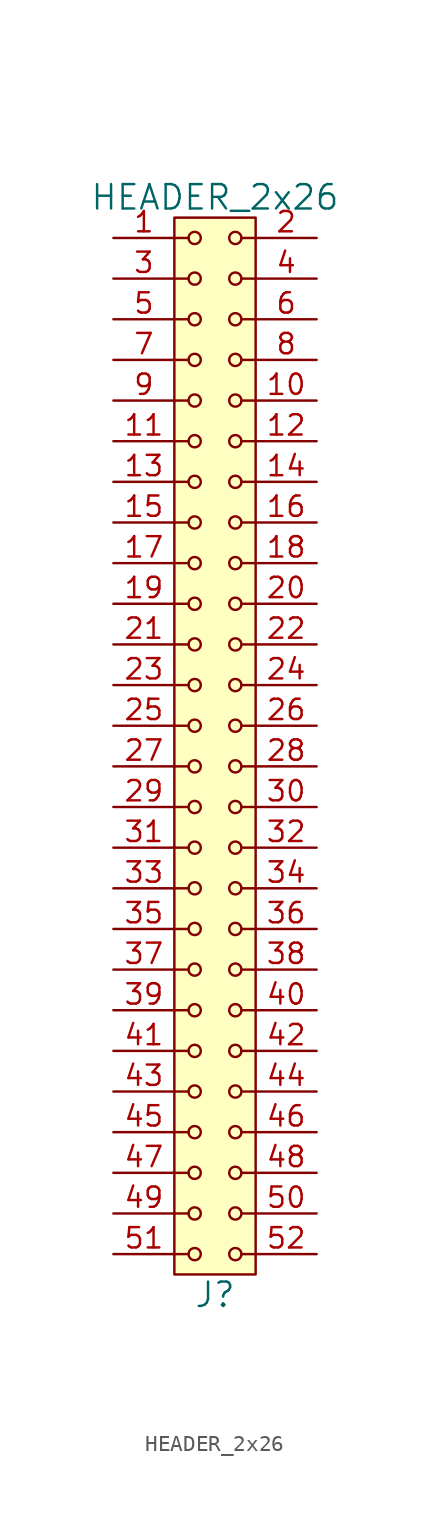
<source format=kicad_sym>
(kicad_symbol_lib
  (version 20211014)
  (generator kicad_symbol_editor)
  (symbol "HEADER_2x26"
    (pin_names
      (offset 1.016))
    (property "Reference" "J"
      (at 0 -34.29 0)
      (effects (font (size 1.524 1.524))))
    (property "Value" "HEADER_2x26"
      (at 0 34.29 0)
      (effects (font (size 1.524 1.524))))
    (property "Footprint" ""
      (at 0 31.75 0)
      (effects (font (size 1.524 1.524))))
    (property "Datasheet" ""
      (at 0 31.75 0)
      (effects (font (size 1.524 1.524))))
    (symbol "HEADER_2x26_0_1"
      (rectangle (start -2.54 33.02) (end 2.54 -33.02) (stroke (width 0) (type default) (color 0 0 0 0)) (fill (type background)))
      (circle (center -1.27 -31.75) (radius 0.381) (stroke (width 0) (type default) (color 0 0 0 0)) (fill (type none)))
      (circle (center -1.27 -29.21) (radius 0.381) (stroke (width 0) (type default) (color 0 0 0 0)) (fill (type none)))
      (circle (center -1.27 -26.67) (radius 0.381) (stroke (width 0) (type default) (color 0 0 0 0)) (fill (type none)))
      (circle (center -1.27 -24.13) (radius 0.381) (stroke (width 0) (type default) (color 0 0 0 0)) (fill (type none)))
      (circle (center -1.27 -21.59) (radius 0.381) (stroke (width 0) (type default) (color 0 0 0 0)) (fill (type none)))
      (circle (center -1.27 -19.05) (radius 0.381) (stroke (width 0) (type default) (color 0 0 0 0)) (fill (type none)))
      (circle (center -1.27 -16.51) (radius 0.381) (stroke (width 0) (type default) (color 0 0 0 0)) (fill (type none)))
      (circle (center -1.27 -13.97) (radius 0.381) (stroke (width 0) (type default) (color 0 0 0 0)) (fill (type none)))
      (circle (center -1.27 -11.43) (radius 0.381) (stroke (width 0) (type default) (color 0 0 0 0)) (fill (type none)))
      (circle (center -1.27 -8.89) (radius 0.381) (stroke (width 0) (type default) (color 0 0 0 0)) (fill (type none)))
      (circle (center -1.27 -6.35) (radius 0.381) (stroke (width 0) (type default) (color 0 0 0 0)) (fill (type none)))
      (circle (center -1.27 -3.81) (radius 0.381) (stroke (width 0) (type default) (color 0 0 0 0)) (fill (type none)))
      (circle (center -1.27 -1.27) (radius 0.381) (stroke (width 0) (type default) (color 0 0 0 0)) (fill (type none)))
      (circle (center -1.27 1.27) (radius 0.381) (stroke (width 0) (type default) (color 0 0 0 0)) (fill (type none)))
      (circle (center -1.27 3.81) (radius 0.381) (stroke (width 0) (type default) (color 0 0 0 0)) (fill (type none)))
      (circle (center -1.27 6.35) (radius 0.381) (stroke (width 0) (type default) (color 0 0 0 0)) (fill (type none)))
      (circle (center -1.27 8.89) (radius 0.381) (stroke (width 0) (type default) (color 0 0 0 0)) (fill (type none)))
      (circle (center -1.27 11.43) (radius 0.381) (stroke (width 0) (type default) (color 0 0 0 0)) (fill (type none)))
      (circle (center -1.27 13.97) (radius 0.381) (stroke (width 0) (type default) (color 0 0 0 0)) (fill (type none)))
      (circle (center -1.27 16.51) (radius 0.381) (stroke (width 0) (type default) (color 0 0 0 0)) (fill (type none)))
      (circle (center -1.27 19.05) (radius 0.381) (stroke (width 0) (type default) (color 0 0 0 0)) (fill (type none)))
      (circle (center -1.27 21.59) (radius 0.381) (stroke (width 0) (type default) (color 0 0 0 0)) (fill (type none)))
      (circle (center -1.27 24.13) (radius 0.381) (stroke (width 0) (type default) (color 0 0 0 0)) (fill (type none)))
      (circle (center -1.27 26.67) (radius 0.381) (stroke (width 0) (type default) (color 0 0 0 0)) (fill (type none)))
      (circle (center -1.27 29.21) (radius 0.381) (stroke (width 0) (type default) (color 0 0 0 0)) (fill (type none)))
      (circle (center -1.27 31.75) (radius 0.381) (stroke (width 0) (type default) (color 0 0 0 0)) (fill (type none)))
      (polyline (pts (xy -1.651 -31.75) (xy -2.54 -31.75)) (stroke (width 0) (type default) (color 0 0 0 0)) (fill (type none)))
      (polyline (pts (xy -1.651 -29.21) (xy -2.54 -29.21)) (stroke (width 0) (type default) (color 0 0 0 0)) (fill (type none)))
      (polyline (pts (xy -1.651 -26.67) (xy -2.54 -26.67)) (stroke (width 0) (type default) (color 0 0 0 0)) (fill (type none)))
      (polyline (pts (xy -1.651 -24.13) (xy -2.54 -24.13)) (stroke (width 0) (type default) (color 0 0 0 0)) (fill (type none)))
      (polyline (pts (xy -1.651 -21.59) (xy -2.54 -21.59)) (stroke (width 0) (type default) (color 0 0 0 0)) (fill (type none)))
      (polyline (pts (xy -1.651 -19.05) (xy -2.54 -19.05)) (stroke (width 0) (type default) (color 0 0 0 0)) (fill (type none)))
      (polyline (pts (xy -1.651 -16.51) (xy -2.54 -16.51)) (stroke (width 0) (type default) (color 0 0 0 0)) (fill (type none)))
      (polyline (pts (xy -1.651 -13.97) (xy -2.54 -13.97)) (stroke (width 0) (type default) (color 0 0 0 0)) (fill (type none)))
      (polyline (pts (xy -1.651 -11.43) (xy -2.54 -11.43)) (stroke (width 0) (type default) (color 0 0 0 0)) (fill (type none)))
      (polyline (pts (xy -1.651 -8.89) (xy -2.54 -8.89)) (stroke (width 0) (type default) (color 0 0 0 0)) (fill (type none)))
      (polyline (pts (xy -1.651 -6.35) (xy -2.54 -6.35)) (stroke (width 0) (type default) (color 0 0 0 0)) (fill (type none)))
      (polyline (pts (xy -1.651 -3.81) (xy -2.54 -3.81)) (stroke (width 0) (type default) (color 0 0 0 0)) (fill (type none)))
      (polyline (pts (xy -1.651 -1.27) (xy -2.54 -1.27)) (stroke (width 0) (type default) (color 0 0 0 0)) (fill (type none)))
      (polyline (pts (xy -1.651 1.27) (xy -2.54 1.27)) (stroke (width 0) (type default) (color 0 0 0 0)) (fill (type none)))
      (polyline (pts (xy -1.651 3.81) (xy -2.54 3.81)) (stroke (width 0) (type default) (color 0 0 0 0)) (fill (type none)))
      (polyline (pts (xy -1.651 6.35) (xy -2.54 6.35)) (stroke (width 0) (type default) (color 0 0 0 0)) (fill (type none)))
      (polyline (pts (xy -1.651 8.89) (xy -2.54 8.89)) (stroke (width 0) (type default) (color 0 0 0 0)) (fill (type none)))
      (polyline (pts (xy -1.651 11.43) (xy -2.54 11.43)) (stroke (width 0) (type default) (color 0 0 0 0)) (fill (type none)))
      (polyline (pts (xy -1.651 13.97) (xy -2.54 13.97)) (stroke (width 0) (type default) (color 0 0 0 0)) (fill (type none)))
      (polyline (pts (xy -1.651 16.51) (xy -2.54 16.51)) (stroke (width 0) (type default) (color 0 0 0 0)) (fill (type none)))
      (polyline (pts (xy -1.651 19.05) (xy -2.54 19.05)) (stroke (width 0) (type default) (color 0 0 0 0)) (fill (type none)))
      (polyline (pts (xy -1.651 21.59) (xy -2.54 21.59)) (stroke (width 0) (type default) (color 0 0 0 0)) (fill (type none)))
      (polyline (pts (xy -1.651 24.13) (xy -2.54 24.13)) (stroke (width 0) (type default) (color 0 0 0 0)) (fill (type none)))
      (polyline (pts (xy -1.651 26.67) (xy -2.54 26.67)) (stroke (width 0) (type default) (color 0 0 0 0)) (fill (type none)))
      (polyline (pts (xy -1.651 29.21) (xy -2.54 29.21)) (stroke (width 0) (type default) (color 0 0 0 0)) (fill (type none)))
      (polyline (pts (xy -1.651 31.75) (xy -2.54 31.75)) (stroke (width 0) (type default) (color 0 0 0 0)) (fill (type none)))
      (polyline (pts (xy 1.651 -31.75) (xy 2.54 -31.75)) (stroke (width 0) (type default) (color 0 0 0 0)) (fill (type none)))
      (polyline (pts (xy 1.651 -29.21) (xy 2.54 -29.21)) (stroke (width 0) (type default) (color 0 0 0 0)) (fill (type none)))
      (polyline (pts (xy 1.651 -26.67) (xy 2.54 -26.67)) (stroke (width 0) (type default) (color 0 0 0 0)) (fill (type none)))
      (polyline (pts (xy 1.651 -24.13) (xy 2.54 -24.13)) (stroke (width 0) (type default) (color 0 0 0 0)) (fill (type none)))
      (polyline (pts (xy 1.651 -21.59) (xy 2.54 -21.59)) (stroke (width 0) (type default) (color 0 0 0 0)) (fill (type none)))
      (polyline (pts (xy 1.651 -19.05) (xy 2.54 -19.05)) (stroke (width 0) (type default) (color 0 0 0 0)) (fill (type none)))
      (polyline (pts (xy 1.651 -16.51) (xy 2.54 -16.51)) (stroke (width 0) (type default) (color 0 0 0 0)) (fill (type none)))
      (polyline (pts (xy 1.651 -13.97) (xy 2.54 -13.97)) (stroke (width 0) (type default) (color 0 0 0 0)) (fill (type none)))
      (polyline (pts (xy 1.651 -11.43) (xy 2.54 -11.43)) (stroke (width 0) (type default) (color 0 0 0 0)) (fill (type none)))
      (polyline (pts (xy 1.651 -8.89) (xy 2.54 -8.89)) (stroke (width 0) (type default) (color 0 0 0 0)) (fill (type none)))
      (polyline (pts (xy 1.651 -6.35) (xy 2.54 -6.35)) (stroke (width 0) (type default) (color 0 0 0 0)) (fill (type none)))
      (polyline (pts (xy 1.651 -3.81) (xy 2.54 -3.81)) (stroke (width 0) (type default) (color 0 0 0 0)) (fill (type none)))
      (polyline (pts (xy 1.651 -1.27) (xy 2.54 -1.27)) (stroke (width 0) (type default) (color 0 0 0 0)) (fill (type none)))
      (polyline (pts (xy 1.651 1.27) (xy 2.54 1.27)) (stroke (width 0) (type default) (color 0 0 0 0)) (fill (type none)))
      (polyline (pts (xy 1.651 3.81) (xy 2.54 3.81)) (stroke (width 0) (type default) (color 0 0 0 0)) (fill (type none)))
      (polyline (pts (xy 1.651 6.35) (xy 2.54 6.35)) (stroke (width 0) (type default) (color 0 0 0 0)) (fill (type none)))
      (polyline (pts (xy 1.651 8.89) (xy 2.54 8.89)) (stroke (width 0) (type default) (color 0 0 0 0)) (fill (type none)))
      (polyline (pts (xy 1.651 11.43) (xy 2.54 11.43)) (stroke (width 0) (type default) (color 0 0 0 0)) (fill (type none)))
      (polyline (pts (xy 1.651 13.97) (xy 2.54 13.97)) (stroke (width 0) (type default) (color 0 0 0 0)) (fill (type none)))
      (polyline (pts (xy 1.651 16.51) (xy 2.54 16.51)) (stroke (width 0) (type default) (color 0 0 0 0)) (fill (type none)))
      (polyline (pts (xy 1.651 19.05) (xy 2.54 19.05)) (stroke (width 0) (type default) (color 0 0 0 0)) (fill (type none)))
      (polyline (pts (xy 1.651 21.59) (xy 2.54 21.59)) (stroke (width 0) (type default) (color 0 0 0 0)) (fill (type none)))
      (polyline (pts (xy 1.651 24.13) (xy 2.54 24.13)) (stroke (width 0) (type default) (color 0 0 0 0)) (fill (type none)))
      (polyline (pts (xy 1.651 26.67) (xy 2.54 26.67)) (stroke (width 0) (type default) (color 0 0 0 0)) (fill (type none)))
      (polyline (pts (xy 1.651 29.21) (xy 2.54 29.21)) (stroke (width 0) (type default) (color 0 0 0 0)) (fill (type none)))
      (polyline (pts (xy 1.651 31.75) (xy 2.54 31.75)) (stroke (width 0) (type default) (color 0 0 0 0)) (fill (type none)))
      (circle (center 1.27 -31.75) (radius 0.381) (stroke (width 0) (type default) (color 0 0 0 0)) (fill (type none)))
      (circle (center 1.27 -29.21) (radius 0.381) (stroke (width 0) (type default) (color 0 0 0 0)) (fill (type none)))
      (circle (center 1.27 -26.67) (radius 0.381) (stroke (width 0) (type default) (color 0 0 0 0)) (fill (type none)))
      (circle (center 1.27 -24.13) (radius 0.381) (stroke (width 0) (type default) (color 0 0 0 0)) (fill (type none)))
      (circle (center 1.27 -21.59) (radius 0.381) (stroke (width 0) (type default) (color 0 0 0 0)) (fill (type none)))
      (circle (center 1.27 -19.05) (radius 0.381) (stroke (width 0) (type default) (color 0 0 0 0)) (fill (type none)))
      (circle (center 1.27 -16.51) (radius 0.381) (stroke (width 0) (type default) (color 0 0 0 0)) (fill (type none)))
      (circle (center 1.27 -13.97) (radius 0.381) (stroke (width 0) (type default) (color 0 0 0 0)) (fill (type none)))
      (circle (center 1.27 -11.43) (radius 0.381) (stroke (width 0) (type default) (color 0 0 0 0)) (fill (type none)))
      (circle (center 1.27 -8.89) (radius 0.381) (stroke (width 0) (type default) (color 0 0 0 0)) (fill (type none)))
      (circle (center 1.27 -6.35) (radius 0.381) (stroke (width 0) (type default) (color 0 0 0 0)) (fill (type none)))
      (circle (center 1.27 -3.81) (radius 0.381) (stroke (width 0) (type default) (color 0 0 0 0)) (fill (type none)))
      (circle (center 1.27 -1.27) (radius 0.381) (stroke (width 0) (type default) (color 0 0 0 0)) (fill (type none)))
      (circle (center 1.27 1.27) (radius 0.381) (stroke (width 0) (type default) (color 0 0 0 0)) (fill (type none)))
      (circle (center 1.27 3.81) (radius 0.381) (stroke (width 0) (type default) (color 0 0 0 0)) (fill (type none)))
      (circle (center 1.27 6.35) (radius 0.381) (stroke (width 0) (type default) (color 0 0 0 0)) (fill (type none)))
      (circle (center 1.27 8.89) (radius 0.381) (stroke (width 0) (type default) (color 0 0 0 0)) (fill (type none)))
      (circle (center 1.27 11.43) (radius 0.381) (stroke (width 0) (type default) (color 0 0 0 0)) (fill (type none)))
      (circle (center 1.27 13.97) (radius 0.381) (stroke (width 0) (type default) (color 0 0 0 0)) (fill (type none)))
      (circle (center 1.27 16.51) (radius 0.381) (stroke (width 0) (type default) (color 0 0 0 0)) (fill (type none)))
      (circle (center 1.27 19.05) (radius 0.381) (stroke (width 0) (type default) (color 0 0 0 0)) (fill (type none)))
      (circle (center 1.27 21.59) (radius 0.381) (stroke (width 0) (type default) (color 0 0 0 0)) (fill (type none)))
      (circle (center 1.27 24.13) (radius 0.381) (stroke (width 0) (type default) (color 0 0 0 0)) (fill (type none)))
      (circle (center 1.27 26.67) (radius 0.381) (stroke (width 0) (type default) (color 0 0 0 0)) (fill (type none)))
      (circle (center 1.27 29.21) (radius 0.381) (stroke (width 0) (type default) (color 0 0 0 0)) (fill (type none)))
      (circle (center 1.27 31.75) (radius 0.381) (stroke (width 0) (type default) (color 0 0 0 0)) (fill (type none))))
    (symbol "HEADER_2x26_1_1"
      (pin input line (at -6.35 31.75 0) (length 3.81) (name "~" (effects (font (size 1.27 1.27)))) (number "1" (effects (font (size 1.27 1.27)))))
      (pin input line (at 6.35 21.59 180) (length 3.81) (name "~" (effects (font (size 1.27 1.27)))) (number "10" (effects (font (size 1.27 1.27)))))
      (pin input line (at -6.35 19.05 0) (length 3.81) (name "~" (effects (font (size 1.27 1.27)))) (number "11" (effects (font (size 1.27 1.27)))))
      (pin input line (at 6.35 19.05 180) (length 3.81) (name "~" (effects (font (size 1.27 1.27)))) (number "12" (effects (font (size 1.27 1.27)))))
      (pin input line (at -6.35 16.51 0) (length 3.81) (name "~" (effects (font (size 1.27 1.27)))) (number "13" (effects (font (size 1.27 1.27)))))
      (pin input line (at 6.35 16.51 180) (length 3.81) (name "~" (effects (font (size 1.27 1.27)))) (number "14" (effects (font (size 1.27 1.27)))))
      (pin input line (at -6.35 13.97 0) (length 3.81) (name "~" (effects (font (size 1.27 1.27)))) (number "15" (effects (font (size 1.27 1.27)))))
      (pin input line (at 6.35 13.97 180) (length 3.81) (name "~" (effects (font (size 1.27 1.27)))) (number "16" (effects (font (size 1.27 1.27)))))
      (pin input line (at -6.35 11.43 0) (length 3.81) (name "~" (effects (font (size 1.27 1.27)))) (number "17" (effects (font (size 1.27 1.27)))))
      (pin input line (at 6.35 11.43 180) (length 3.81) (name "~" (effects (font (size 1.27 1.27)))) (number "18" (effects (font (size 1.27 1.27)))))
      (pin input line (at -6.35 8.89 0) (length 3.81) (name "~" (effects (font (size 1.27 1.27)))) (number "19" (effects (font (size 1.27 1.27)))))
      (pin input line (at 6.35 31.75 180) (length 3.81) (name "~" (effects (font (size 1.27 1.27)))) (number "2" (effects (font (size 1.27 1.27)))))
      (pin input line (at 6.35 8.89 180) (length 3.81) (name "~" (effects (font (size 1.27 1.27)))) (number "20" (effects (font (size 1.27 1.27)))))
      (pin input line (at -6.35 6.35 0) (length 3.81) (name "~" (effects (font (size 1.27 1.27)))) (number "21" (effects (font (size 1.27 1.27)))))
      (pin input line (at 6.35 6.35 180) (length 3.81) (name "~" (effects (font (size 1.27 1.27)))) (number "22" (effects (font (size 1.27 1.27)))))
      (pin input line (at -6.35 3.81 0) (length 3.81) (name "~" (effects (font (size 1.27 1.27)))) (number "23" (effects (font (size 1.27 1.27)))))
      (pin input line (at 6.35 3.81 180) (length 3.81) (name "~" (effects (font (size 1.27 1.27)))) (number "24" (effects (font (size 1.27 1.27)))))
      (pin input line (at -6.35 1.27 0) (length 3.81) (name "~" (effects (font (size 1.27 1.27)))) (number "25" (effects (font (size 1.27 1.27)))))
      (pin input line (at 6.35 1.27 180) (length 3.81) (name "~" (effects (font (size 1.27 1.27)))) (number "26" (effects (font (size 1.27 1.27)))))
      (pin input line (at -6.35 -1.27 0) (length 3.81) (name "~" (effects (font (size 1.27 1.27)))) (number "27" (effects (font (size 1.27 1.27)))))
      (pin input line (at 6.35 -1.27 180) (length 3.81) (name "~" (effects (font (size 1.27 1.27)))) (number "28" (effects (font (size 1.27 1.27)))))
      (pin input line (at -6.35 -3.81 0) (length 3.81) (name "~" (effects (font (size 1.27 1.27)))) (number "29" (effects (font (size 1.27 1.27)))))
      (pin input line (at -6.35 29.21 0) (length 3.81) (name "~" (effects (font (size 1.27 1.27)))) (number "3" (effects (font (size 1.27 1.27)))))
      (pin input line (at 6.35 -3.81 180) (length 3.81) (name "~" (effects (font (size 1.27 1.27)))) (number "30" (effects (font (size 1.27 1.27)))))
      (pin input line (at -6.35 -6.35 0) (length 3.81) (name "~" (effects (font (size 1.27 1.27)))) (number "31" (effects (font (size 1.27 1.27)))))
      (pin input line (at 6.35 -6.35 180) (length 3.81) (name "~" (effects (font (size 1.27 1.27)))) (number "32" (effects (font (size 1.27 1.27)))))
      (pin input line (at -6.35 -8.89 0) (length 3.81) (name "~" (effects (font (size 1.27 1.27)))) (number "33" (effects (font (size 1.27 1.27)))))
      (pin input line (at 6.35 -8.89 180) (length 3.81) (name "~" (effects (font (size 1.27 1.27)))) (number "34" (effects (font (size 1.27 1.27)))))
      (pin input line (at -6.35 -11.43 0) (length 3.81) (name "~" (effects (font (size 1.27 1.27)))) (number "35" (effects (font (size 1.27 1.27)))))
      (pin input line (at 6.35 -11.43 180) (length 3.81) (name "~" (effects (font (size 1.27 1.27)))) (number "36" (effects (font (size 1.27 1.27)))))
      (pin input line (at -6.35 -13.97 0) (length 3.81) (name "~" (effects (font (size 1.27 1.27)))) (number "37" (effects (font (size 1.27 1.27)))))
      (pin input line (at 6.35 -13.97 180) (length 3.81) (name "~" (effects (font (size 1.27 1.27)))) (number "38" (effects (font (size 1.27 1.27)))))
      (pin input line (at -6.35 -16.51 0) (length 3.81) (name "~" (effects (font (size 1.27 1.27)))) (number "39" (effects (font (size 1.27 1.27)))))
      (pin input line (at 6.35 29.21 180) (length 3.81) (name "~" (effects (font (size 1.27 1.27)))) (number "4" (effects (font (size 1.27 1.27)))))
      (pin input line (at 6.35 -16.51 180) (length 3.81) (name "~" (effects (font (size 1.27 1.27)))) (number "40" (effects (font (size 1.27 1.27)))))
      (pin input line (at -6.35 -19.05 0) (length 3.81) (name "~" (effects (font (size 1.27 1.27)))) (number "41" (effects (font (size 1.27 1.27)))))
      (pin input line (at 6.35 -19.05 180) (length 3.81) (name "~" (effects (font (size 1.27 1.27)))) (number "42" (effects (font (size 1.27 1.27)))))
      (pin input line (at -6.35 -21.59 0) (length 3.81) (name "~" (effects (font (size 1.27 1.27)))) (number "43" (effects (font (size 1.27 1.27)))))
      (pin input line (at 6.35 -21.59 180) (length 3.81) (name "~" (effects (font (size 1.27 1.27)))) (number "44" (effects (font (size 1.27 1.27)))))
      (pin input line (at -6.35 -24.13 0) (length 3.81) (name "~" (effects (font (size 1.27 1.27)))) (number "45" (effects (font (size 1.27 1.27)))))
      (pin input line (at 6.35 -24.13 180) (length 3.81) (name "~" (effects (font (size 1.27 1.27)))) (number "46" (effects (font (size 1.27 1.27)))))
      (pin input line (at -6.35 -26.67 0) (length 3.81) (name "~" (effects (font (size 1.27 1.27)))) (number "47" (effects (font (size 1.27 1.27)))))
      (pin input line (at 6.35 -26.67 180) (length 3.81) (name "~" (effects (font (size 1.27 1.27)))) (number "48" (effects (font (size 1.27 1.27)))))
      (pin input line (at -6.35 -29.21 0) (length 3.81) (name "~" (effects (font (size 1.27 1.27)))) (number "49" (effects (font (size 1.27 1.27)))))
      (pin input line (at -6.35 26.67 0) (length 3.81) (name "~" (effects (font (size 1.27 1.27)))) (number "5" (effects (font (size 1.27 1.27)))))
      (pin input line (at 6.35 -29.21 180) (length 3.81) (name "~" (effects (font (size 1.27 1.27)))) (number "50" (effects (font (size 1.27 1.27)))))
      (pin input line (at -6.35 -31.75 0) (length 3.81) (name "~" (effects (font (size 1.27 1.27)))) (number "51" (effects (font (size 1.27 1.27)))))
      (pin input line (at 6.35 -31.75 180) (length 3.81) (name "~" (effects (font (size 1.27 1.27)))) (number "52" (effects (font (size 1.27 1.27)))))
      (pin input line (at 6.35 26.67 180) (length 3.81) (name "~" (effects (font (size 1.27 1.27)))) (number "6" (effects (font (size 1.27 1.27)))))
      (pin input line (at -6.35 24.13 0) (length 3.81) (name "~" (effects (font (size 1.27 1.27)))) (number "7" (effects (font (size 1.27 1.27)))))
      (pin input line (at 6.35 24.13 180) (length 3.81) (name "~" (effects (font (size 1.27 1.27)))) (number "8" (effects (font (size 1.27 1.27)))))
      (pin input line (at -6.35 21.59 0) (length 3.81) (name "~" (effects (font (size 1.27 1.27)))) (number "9" (effects (font (size 1.27 1.27))))))))
</source>
